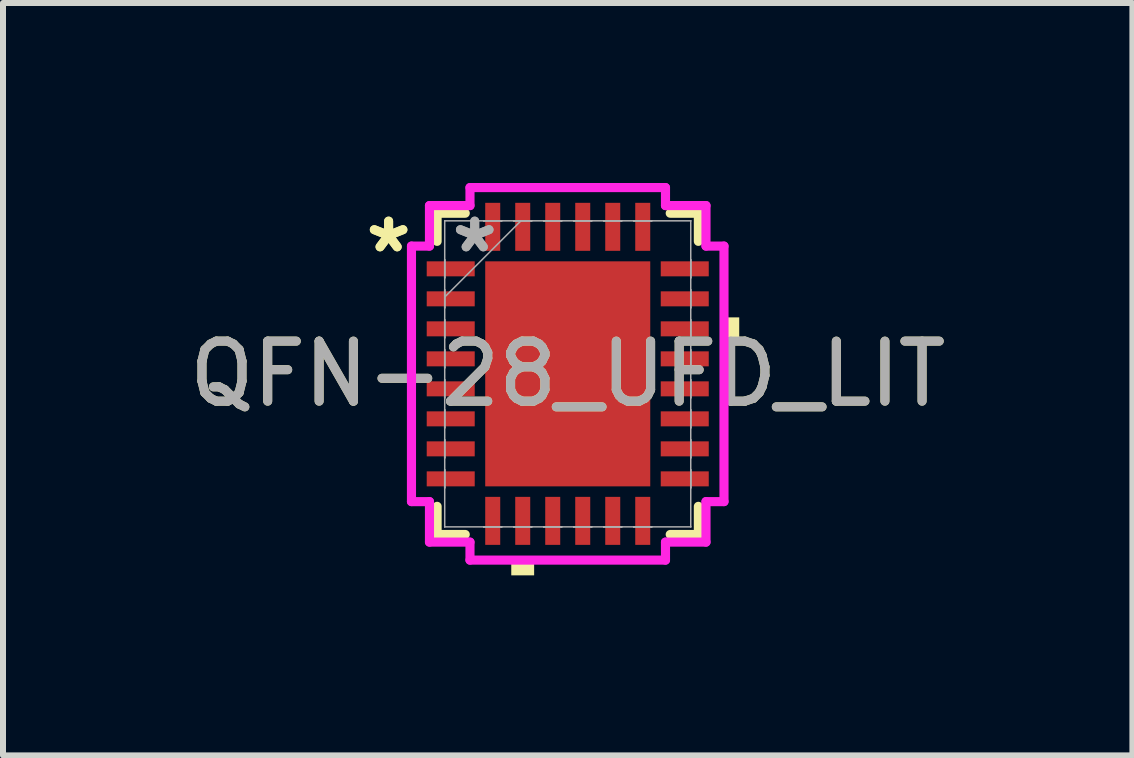
<source format=kicad_pcb>
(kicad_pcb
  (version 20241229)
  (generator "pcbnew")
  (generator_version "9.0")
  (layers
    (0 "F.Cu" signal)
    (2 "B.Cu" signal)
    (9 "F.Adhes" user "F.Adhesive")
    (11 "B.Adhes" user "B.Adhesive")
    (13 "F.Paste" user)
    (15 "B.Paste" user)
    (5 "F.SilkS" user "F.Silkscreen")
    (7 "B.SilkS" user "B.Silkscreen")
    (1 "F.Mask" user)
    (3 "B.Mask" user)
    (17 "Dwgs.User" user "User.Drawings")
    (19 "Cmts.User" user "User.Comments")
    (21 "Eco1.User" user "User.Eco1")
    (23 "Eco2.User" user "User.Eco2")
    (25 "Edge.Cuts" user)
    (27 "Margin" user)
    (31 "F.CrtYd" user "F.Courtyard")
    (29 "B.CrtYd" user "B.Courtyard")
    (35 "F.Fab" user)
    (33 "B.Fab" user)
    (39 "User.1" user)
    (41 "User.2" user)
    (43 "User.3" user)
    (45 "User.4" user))
  (footprint "QFN-28_UFD_LIT"
    (layer "F.Cu")
    (at 6.411 3.18)
    (property "Reference" "QFN-28_UFD_LIT" (at 0 0 0) (unlocked yes) (layer "F.SilkS") (effects (font (size 1 1) (thickness 0.15))))
    (attr smd)
    (fp_line (start -2.177 -2.677) (end -2.177 -2.208) (stroke (width 0.152) (type solid)) (layer "F.SilkS"))
    (fp_line (start -2.177 2.208) (end -2.177 2.677) (stroke (width 0.152) (type solid)) (layer "F.SilkS"))
    (fp_line (start -2.177 2.677) (end -1.708 2.677) (stroke (width 0.152) (type solid)) (layer "F.SilkS"))
    (fp_line (start -1.708 -2.677) (end -2.177 -2.677) (stroke (width 0.152) (type solid)) (layer "F.SilkS"))
    (fp_line (start 1.708 2.677) (end 2.177 2.677) (stroke (width 0.152) (type solid)) (layer "F.SilkS"))
    (fp_line (start 2.177 -2.677) (end 1.708 -2.677) (stroke (width 0.152) (type solid)) (layer "F.SilkS"))
    (fp_line (start 2.177 -2.208) (end 2.177 -2.677) (stroke (width 0.152) (type solid)) (layer "F.SilkS"))
    (fp_line (start 2.177 2.677) (end 2.177 2.208) (stroke (width 0.152) (type solid)) (layer "F.SilkS"))
    (fp_poly (pts (xy -0.941 3.104) (xy -0.941 3.358) (xy -0.56 3.358) (xy -0.56 3.104)) (stroke (width 0) (type solid)) (fill yes) (layer "F.SilkS"))
    (fp_poly (pts (xy 2.858 -0.941) (xy 2.858 -0.56) (xy 2.604 -0.56) (xy 2.604 -0.941)) (stroke (width 0) (type solid)) (fill yes) (layer "F.SilkS"))
    (fp_poly (pts (xy -1.275 -1.775) (xy -1.275 -0.1) (xy -0.1 -0.1) (xy -0.1 -1.775)) (stroke (width 0) (type solid)) (fill yes) (layer "F.Paste"))
    (fp_poly (pts (xy -1.275 0.1) (xy -1.275 1.775) (xy -0.1 1.775) (xy -0.1 0.1)) (stroke (width 0) (type solid)) (fill yes) (layer "F.Paste"))
    (fp_poly (pts (xy 0.1 -1.775) (xy 0.1 -0.1) (xy 1.275 -0.1) (xy 1.275 -1.775)) (stroke (width 0) (type solid)) (fill yes) (layer "F.Paste"))
    (fp_poly (pts (xy 0.1 0.1) (xy 0.1 1.775) (xy 1.275 1.775) (xy 1.275 0.1)) (stroke (width 0) (type solid)) (fill yes) (layer "F.Paste"))
    (fp_line (start -2.604 -2.129) (end -2.304 -2.129) (stroke (width 0.152) (type solid)) (layer "F.CrtYd"))
    (fp_line (start -2.604 2.129) (end -2.604 -2.129) (stroke (width 0.152) (type solid)) (layer "F.CrtYd"))
    (fp_line (start -2.304 -2.804) (end -1.629 -2.804) (stroke (width 0.152) (type solid)) (layer "F.CrtYd"))
    (fp_line (start -2.304 -2.129) (end -2.304 -2.804) (stroke (width 0.152) (type solid)) (layer "F.CrtYd"))
    (fp_line (start -2.304 2.129) (end -2.604 2.129) (stroke (width 0.152) (type solid)) (layer "F.CrtYd"))
    (fp_line (start -2.304 2.804) (end -2.304 2.129) (stroke (width 0.152) (type solid)) (layer "F.CrtYd"))
    (fp_line (start -1.629 -3.104) (end 1.629 -3.104) (stroke (width 0.152) (type solid)) (layer "F.CrtYd"))
    (fp_line (start -1.629 -2.804) (end -1.629 -3.104) (stroke (width 0.152) (type solid)) (layer "F.CrtYd"))
    (fp_line (start -1.629 2.804) (end -2.304 2.804) (stroke (width 0.152) (type solid)) (layer "F.CrtYd"))
    (fp_line (start -1.629 3.104) (end -1.629 2.804) (stroke (width 0.152) (type solid)) (layer "F.CrtYd"))
    (fp_line (start 1.629 -3.104) (end 1.629 -2.804) (stroke (width 0.152) (type solid)) (layer "F.CrtYd"))
    (fp_line (start 1.629 -2.804) (end 2.304 -2.804) (stroke (width 0.152) (type solid)) (layer "F.CrtYd"))
    (fp_line (start 1.629 2.804) (end 1.629 3.104) (stroke (width 0.152) (type solid)) (layer "F.CrtYd"))
    (fp_line (start 1.629 3.104) (end -1.629 3.104) (stroke (width 0.152) (type solid)) (layer "F.CrtYd"))
    (fp_line (start 2.304 -2.804) (end 2.304 -2.129) (stroke (width 0.152) (type solid)) (layer "F.CrtYd"))
    (fp_line (start 2.304 -2.129) (end 2.604 -2.129) (stroke (width 0.152) (type solid)) (layer "F.CrtYd"))
    (fp_line (start 2.304 2.129) (end 2.304 2.804) (stroke (width 0.152) (type solid)) (layer "F.CrtYd"))
    (fp_line (start 2.304 2.804) (end 1.629 2.804) (stroke (width 0.152) (type solid)) (layer "F.CrtYd"))
    (fp_line (start 2.604 -2.129) (end 2.604 2.129) (stroke (width 0.152) (type solid)) (layer "F.CrtYd"))
    (fp_line (start 2.604 2.129) (end 2.304 2.129) (stroke (width 0.152) (type solid)) (layer "F.CrtYd"))
    (fp_line (start -2.05 -2.55) (end -2.05 -2.55) (stroke (width 0.025) (type solid)) (layer "F.Fab"))
    (fp_line (start -2.05 -2.55) (end -2.05 2.55) (stroke (width 0.025) (type solid)) (layer "F.Fab"))
    (fp_line (start -2.05 -1.9) (end -2.05 -1.9) (stroke (width 0.025) (type solid)) (layer "F.Fab"))
    (fp_line (start -2.05 -1.9) (end -2.05 -1.6) (stroke (width 0.025) (type solid)) (layer "F.Fab"))
    (fp_line (start -2.05 -1.6) (end -2.05 -1.9) (stroke (width 0.025) (type solid)) (layer "F.Fab"))
    (fp_line (start -2.05 -1.6) (end -2.05 -1.6) (stroke (width 0.025) (type solid)) (layer "F.Fab"))
    (fp_line (start -2.05 -1.4) (end -2.05 -1.4) (stroke (width 0.025) (type solid)) (layer "F.Fab"))
    (fp_line (start -2.05 -1.4) (end -2.05 -1.1) (stroke (width 0.025) (type solid)) (layer "F.Fab"))
    (fp_line (start -2.05 -1.28) (end -0.78 -2.55) (stroke (width 0.025) (type solid)) (layer "F.Fab"))
    (fp_line (start -2.05 -1.1) (end -2.05 -1.4) (stroke (width 0.025) (type solid)) (layer "F.Fab"))
    (fp_line (start -2.05 -1.1) (end -2.05 -1.1) (stroke (width 0.025) (type solid)) (layer "F.Fab"))
    (fp_line (start -2.05 -0.9) (end -2.05 -0.9) (stroke (width 0.025) (type solid)) (layer "F.Fab"))
    (fp_line (start -2.05 -0.9) (end -2.05 -0.6) (stroke (width 0.025) (type solid)) (layer "F.Fab"))
    (fp_line (start -2.05 -0.6) (end -2.05 -0.9) (stroke (width 0.025) (type solid)) (layer "F.Fab"))
    (fp_line (start -2.05 -0.6) (end -2.05 -0.6) (stroke (width 0.025) (type solid)) (layer "F.Fab"))
    (fp_line (start -2.05 -0.4) (end -2.05 -0.4) (stroke (width 0.025) (type solid)) (layer "F.Fab"))
    (fp_line (start -2.05 -0.4) (end -2.05 -0.1) (stroke (width 0.025) (type solid)) (layer "F.Fab"))
    (fp_line (start -2.05 -0.1) (end -2.05 -0.4) (stroke (width 0.025) (type solid)) (layer "F.Fab"))
    (fp_line (start -2.05 -0.1) (end -2.05 -0.1) (stroke (width 0.025) (type solid)) (layer "F.Fab"))
    (fp_line (start -2.05 0.1) (end -2.05 0.1) (stroke (width 0.025) (type solid)) (layer "F.Fab"))
    (fp_line (start -2.05 0.1) (end -2.05 0.4) (stroke (width 0.025) (type solid)) (layer "F.Fab"))
    (fp_line (start -2.05 0.4) (end -2.05 0.1) (stroke (width 0.025) (type solid)) (layer "F.Fab"))
    (fp_line (start -2.05 0.4) (end -2.05 0.4) (stroke (width 0.025) (type solid)) (layer "F.Fab"))
    (fp_line (start -2.05 0.6) (end -2.05 0.6) (stroke (width 0.025) (type solid)) (layer "F.Fab"))
    (fp_line (start -2.05 0.6) (end -2.05 0.9) (stroke (width 0.025) (type solid)) (layer "F.Fab"))
    (fp_line (start -2.05 0.9) (end -2.05 0.6) (stroke (width 0.025) (type solid)) (layer "F.Fab"))
    (fp_line (start -2.05 0.9) (end -2.05 0.9) (stroke (width 0.025) (type solid)) (layer "F.Fab"))
    (fp_line (start -2.05 1.1) (end -2.05 1.1) (stroke (width 0.025) (type solid)) (layer "F.Fab"))
    (fp_line (start -2.05 1.1) (end -2.05 1.4) (stroke (width 0.025) (type solid)) (layer "F.Fab"))
    (fp_line (start -2.05 1.4) (end -2.05 1.1) (stroke (width 0.025) (type solid)) (layer "F.Fab"))
    (fp_line (start -2.05 1.4) (end -2.05 1.4) (stroke (width 0.025) (type solid)) (layer "F.Fab"))
    (fp_line (start -2.05 1.6) (end -2.05 1.6) (stroke (width 0.025) (type solid)) (layer "F.Fab"))
    (fp_line (start -2.05 1.6) (end -2.05 1.9) (stroke (width 0.025) (type solid)) (layer "F.Fab"))
    (fp_line (start -2.05 1.9) (end -2.05 1.6) (stroke (width 0.025) (type solid)) (layer "F.Fab"))
    (fp_line (start -2.05 1.9) (end -2.05 1.9) (stroke (width 0.025) (type solid)) (layer "F.Fab"))
    (fp_line (start -2.05 2.55) (end -2.05 2.55) (stroke (width 0.025) (type solid)) (layer "F.Fab"))
    (fp_line (start -2.05 2.55) (end 2.05 2.55) (stroke (width 0.025) (type solid)) (layer "F.Fab"))
    (fp_line (start -1.4 -2.55) (end -1.4 -2.55) (stroke (width 0.025) (type solid)) (layer "F.Fab"))
    (fp_line (start -1.4 -2.55) (end -1.1 -2.55) (stroke (width 0.025) (type solid)) (layer "F.Fab"))
    (fp_line (start -1.4 2.55) (end -1.4 2.55) (stroke (width 0.025) (type solid)) (layer "F.Fab"))
    (fp_line (start -1.4 2.55) (end -1.1 2.55) (stroke (width 0.025) (type solid)) (layer "F.Fab"))
    (fp_line (start -1.1 -2.55) (end -1.4 -2.55) (stroke (width 0.025) (type solid)) (layer "F.Fab"))
    (fp_line (start -1.1 -2.55) (end -1.1 -2.55) (stroke (width 0.025) (type solid)) (layer "F.Fab"))
    (fp_line (start -1.1 2.55) (end -1.4 2.55) (stroke (width 0.025) (type solid)) (layer "F.Fab"))
    (fp_line (start -1.1 2.55) (end -1.1 2.55) (stroke (width 0.025) (type solid)) (layer "F.Fab"))
    (fp_line (start -0.9 -2.55) (end -0.9 -2.55) (stroke (width 0.025) (type solid)) (layer "F.Fab"))
    (fp_line (start -0.9 -2.55) (end -0.6 -2.55) (stroke (width 0.025) (type solid)) (layer "F.Fab"))
    (fp_line (start -0.9 2.55) (end -0.9 2.55) (stroke (width 0.025) (type solid)) (layer "F.Fab"))
    (fp_line (start -0.9 2.55) (end -0.6 2.55) (stroke (width 0.025) (type solid)) (layer "F.Fab"))
    (fp_line (start -0.6 -2.55) (end -0.9 -2.55) (stroke (width 0.025) (type solid)) (layer "F.Fab"))
    (fp_line (start -0.6 -2.55) (end -0.6 -2.55) (stroke (width 0.025) (type solid)) (layer "F.Fab"))
    (fp_line (start -0.6 2.55) (end -0.9 2.55) (stroke (width 0.025) (type solid)) (layer "F.Fab"))
    (fp_line (start -0.6 2.55) (end -0.6 2.55) (stroke (width 0.025) (type solid)) (layer "F.Fab"))
    (fp_line (start -0.4 -2.55) (end -0.4 -2.55) (stroke (width 0.025) (type solid)) (layer "F.Fab"))
    (fp_line (start -0.4 -2.55) (end -0.1 -2.55) (stroke (width 0.025) (type solid)) (layer "F.Fab"))
    (fp_line (start -0.4 2.55) (end -0.4 2.55) (stroke (width 0.025) (type solid)) (layer "F.Fab"))
    (fp_line (start -0.4 2.55) (end -0.1 2.55) (stroke (width 0.025) (type solid)) (layer "F.Fab"))
    (fp_line (start -0.1 -2.55) (end -0.4 -2.55) (stroke (width 0.025) (type solid)) (layer "F.Fab"))
    (fp_line (start -0.1 -2.55) (end -0.1 -2.55) (stroke (width 0.025) (type solid)) (layer "F.Fab"))
    (fp_line (start -0.1 2.55) (end -0.4 2.55) (stroke (width 0.025) (type solid)) (layer "F.Fab"))
    (fp_line (start -0.1 2.55) (end -0.1 2.55) (stroke (width 0.025) (type solid)) (layer "F.Fab"))
    (fp_line (start 0.1 -2.55) (end 0.1 -2.55) (stroke (width 0.025) (type solid)) (layer "F.Fab"))
    (fp_line (start 0.1 -2.55) (end 0.4 -2.55) (stroke (width 0.025) (type solid)) (layer "F.Fab"))
    (fp_line (start 0.1 2.55) (end 0.1 2.55) (stroke (width 0.025) (type solid)) (layer "F.Fab"))
    (fp_line (start 0.1 2.55) (end 0.4 2.55) (stroke (width 0.025) (type solid)) (layer "F.Fab"))
    (fp_line (start 0.4 -2.55) (end 0.1 -2.55) (stroke (width 0.025) (type solid)) (layer "F.Fab"))
    (fp_line (start 0.4 -2.55) (end 0.4 -2.55) (stroke (width 0.025) (type solid)) (layer "F.Fab"))
    (fp_line (start 0.4 2.55) (end 0.1 2.55) (stroke (width 0.025) (type solid)) (layer "F.Fab"))
    (fp_line (start 0.4 2.55) (end 0.4 2.55) (stroke (width 0.025) (type solid)) (layer "F.Fab"))
    (fp_line (start 0.6 -2.55) (end 0.6 -2.55) (stroke (width 0.025) (type solid)) (layer "F.Fab"))
    (fp_line (start 0.6 -2.55) (end 0.9 -2.55) (stroke (width 0.025) (type solid)) (layer "F.Fab"))
    (fp_line (start 0.6 2.55) (end 0.6 2.55) (stroke (width 0.025) (type solid)) (layer "F.Fab"))
    (fp_line (start 0.6 2.55) (end 0.9 2.55) (stroke (width 0.025) (type solid)) (layer "F.Fab"))
    (fp_line (start 0.9 -2.55) (end 0.6 -2.55) (stroke (width 0.025) (type solid)) (layer "F.Fab"))
    (fp_line (start 0.9 -2.55) (end 0.9 -2.55) (stroke (width 0.025) (type solid)) (layer "F.Fab"))
    (fp_line (start 0.9 2.55) (end 0.6 2.55) (stroke (width 0.025) (type solid)) (layer "F.Fab"))
    (fp_line (start 0.9 2.55) (end 0.9 2.55) (stroke (width 0.025) (type solid)) (layer "F.Fab"))
    (fp_line (start 1.1 -2.55) (end 1.1 -2.55) (stroke (width 0.025) (type solid)) (layer "F.Fab"))
    (fp_line (start 1.1 -2.55) (end 1.4 -2.55) (stroke (width 0.025) (type solid)) (layer "F.Fab"))
    (fp_line (start 1.1 2.55) (end 1.1 2.55) (stroke (width 0.025) (type solid)) (layer "F.Fab"))
    (fp_line (start 1.1 2.55) (end 1.4 2.55) (stroke (width 0.025) (type solid)) (layer "F.Fab"))
    (fp_line (start 1.4 -2.55) (end 1.1 -2.55) (stroke (width 0.025) (type solid)) (layer "F.Fab"))
    (fp_line (start 1.4 -2.55) (end 1.4 -2.55) (stroke (width 0.025) (type solid)) (layer "F.Fab"))
    (fp_line (start 1.4 2.55) (end 1.1 2.55) (stroke (width 0.025) (type solid)) (layer "F.Fab"))
    (fp_line (start 1.4 2.55) (end 1.4 2.55) (stroke (width 0.025) (type solid)) (layer "F.Fab"))
    (fp_line (start 2.05 -2.55) (end -2.05 -2.55) (stroke (width 0.025) (type solid)) (layer "F.Fab"))
    (fp_line (start 2.05 -2.55) (end 2.05 -2.55) (stroke (width 0.025) (type solid)) (layer "F.Fab"))
    (fp_line (start 2.05 -1.9) (end 2.05 -1.9) (stroke (width 0.025) (type solid)) (layer "F.Fab"))
    (fp_line (start 2.05 -1.9) (end 2.05 -1.6) (stroke (width 0.025) (type solid)) (layer "F.Fab"))
    (fp_line (start 2.05 -1.6) (end 2.05 -1.9) (stroke (width 0.025) (type solid)) (layer "F.Fab"))
    (fp_line (start 2.05 -1.6) (end 2.05 -1.6) (stroke (width 0.025) (type solid)) (layer "F.Fab"))
    (fp_line (start 2.05 -1.4) (end 2.05 -1.4) (stroke (width 0.025) (type solid)) (layer "F.Fab"))
    (fp_line (start 2.05 -1.4) (end 2.05 -1.1) (stroke (width 0.025) (type solid)) (layer "F.Fab"))
    (fp_line (start 2.05 -1.1) (end 2.05 -1.4) (stroke (width 0.025) (type solid)) (layer "F.Fab"))
    (fp_line (start 2.05 -1.1) (end 2.05 -1.1) (stroke (width 0.025) (type solid)) (layer "F.Fab"))
    (fp_line (start 2.05 -0.9) (end 2.05 -0.9) (stroke (width 0.025) (type solid)) (layer "F.Fab"))
    (fp_line (start 2.05 -0.9) (end 2.05 -0.6) (stroke (width 0.025) (type solid)) (layer "F.Fab"))
    (fp_line (start 2.05 -0.6) (end 2.05 -0.9) (stroke (width 0.025) (type solid)) (layer "F.Fab"))
    (fp_line (start 2.05 -0.6) (end 2.05 -0.6) (stroke (width 0.025) (type solid)) (layer "F.Fab"))
    (fp_line (start 2.05 -0.4) (end 2.05 -0.4) (stroke (width 0.025) (type solid)) (layer "F.Fab"))
    (fp_line (start 2.05 -0.4) (end 2.05 -0.1) (stroke (width 0.025) (type solid)) (layer "F.Fab"))
    (fp_line (start 2.05 -0.1) (end 2.05 -0.4) (stroke (width 0.025) (type solid)) (layer "F.Fab"))
    (fp_line (start 2.05 -0.1) (end 2.05 -0.1) (stroke (width 0.025) (type solid)) (layer "F.Fab"))
    (fp_line (start 2.05 0.1) (end 2.05 0.1) (stroke (width 0.025) (type solid)) (layer "F.Fab"))
    (fp_line (start 2.05 0.1) (end 2.05 0.4) (stroke (width 0.025) (type solid)) (layer "F.Fab"))
    (fp_line (start 2.05 0.4) (end 2.05 0.1) (stroke (width 0.025) (type solid)) (layer "F.Fab"))
    (fp_line (start 2.05 0.4) (end 2.05 0.4) (stroke (width 0.025) (type solid)) (layer "F.Fab"))
    (fp_line (start 2.05 0.6) (end 2.05 0.6) (stroke (width 0.025) (type solid)) (layer "F.Fab"))
    (fp_line (start 2.05 0.6) (end 2.05 0.9) (stroke (width 0.025) (type solid)) (layer "F.Fab"))
    (fp_line (start 2.05 0.9) (end 2.05 0.6) (stroke (width 0.025) (type solid)) (layer "F.Fab"))
    (fp_line (start 2.05 0.9) (end 2.05 0.9) (stroke (width 0.025) (type solid)) (layer "F.Fab"))
    (fp_line (start 2.05 1.1) (end 2.05 1.1) (stroke (width 0.025) (type solid)) (layer "F.Fab"))
    (fp_line (start 2.05 1.1) (end 2.05 1.4) (stroke (width 0.025) (type solid)) (layer "F.Fab"))
    (fp_line (start 2.05 1.4) (end 2.05 1.1) (stroke (width 0.025) (type solid)) (layer "F.Fab"))
    (fp_line (start 2.05 1.4) (end 2.05 1.4) (stroke (width 0.025) (type solid)) (layer "F.Fab"))
    (fp_line (start 2.05 1.6) (end 2.05 1.6) (stroke (width 0.025) (type solid)) (layer "F.Fab"))
    (fp_line (start 2.05 1.6) (end 2.05 1.9) (stroke (width 0.025) (type solid)) (layer "F.Fab"))
    (fp_line (start 2.05 1.9) (end 2.05 1.6) (stroke (width 0.025) (type solid)) (layer "F.Fab"))
    (fp_line (start 2.05 1.9) (end 2.05 1.9) (stroke (width 0.025) (type solid)) (layer "F.Fab"))
    (fp_line (start 2.05 2.55) (end 2.05 -2.55) (stroke (width 0.025) (type solid)) (layer "F.Fab"))
    (fp_line (start 2.05 2.55) (end 2.05 2.55) (stroke (width 0.025) (type solid)) (layer "F.Fab"))
    (fp_text user "*" (at -2.985 -2 0) (layer "F.SilkS") (effects (font (size 1 1) (thickness 0.15))))
    (fp_text user "*" (at -2.985 -2 0) (unlocked yes) (layer "F.SilkS") (effects (font (size 1 1) (thickness 0.15))))
    (fp_text user "*" (at -1.55 -2 0) (unlocked yes) (layer "F.Fab") (effects (font (size 1 1) (thickness 0.15))))
    (fp_text user "${REFERENCE}" (at 0 0 0) (unlocked yes) (layer "F.Fab") (effects (font (size 1 1) (thickness 0.15))))
    (fp_text user "*" (at -1.55 -2 0) (layer "F.Fab") (effects (font (size 1 1) (thickness 0.15))))
    (pad "1" smd rect (at -1.95 -1.75 90) (size 0.25 0.8) (layers "F.Cu" "F.Mask" "F.Paste"))
    (pad "2" smd rect (at -1.95 -1.25 90) (size 0.25 0.8) (layers "F.Cu" "F.Mask" "F.Paste"))
    (pad "3" smd rect (at -1.95 -0.75 90) (size 0.25 0.8) (layers "F.Cu" "F.Mask" "F.Paste"))
    (pad "4" smd rect (at -1.95 -0.25 90) (size 0.25 0.8) (layers "F.Cu" "F.Mask" "F.Paste"))
    (pad "5" smd rect (at -1.95 0.25 90) (size 0.25 0.8) (layers "F.Cu" "F.Mask" "F.Paste"))
    (pad "6" smd rect (at -1.95 0.75 90) (size 0.25 0.8) (layers "F.Cu" "F.Mask" "F.Paste"))
    (pad "7" smd rect (at -1.95 1.25 90) (size 0.25 0.8) (layers "F.Cu" "F.Mask" "F.Paste"))
    (pad "8" smd rect (at -1.95 1.75 90) (size 0.25 0.8) (layers "F.Cu" "F.Mask" "F.Paste"))
    (pad "9" smd rect (at -1.25 2.45) (size 0.25 0.8) (layers "F.Cu" "F.Mask" "F.Paste"))
    (pad "10" smd rect (at -0.75 2.45) (size 0.25 0.8) (layers "F.Cu" "F.Mask" "F.Paste"))
    (pad "11" smd rect (at -0.25 2.45) (size 0.25 0.8) (layers "F.Cu" "F.Mask" "F.Paste"))
    (pad "12" smd rect (at 0.25 2.45) (size 0.25 0.8) (layers "F.Cu" "F.Mask" "F.Paste"))
    (pad "13" smd rect (at 0.75 2.45) (size 0.25 0.8) (layers "F.Cu" "F.Mask" "F.Paste"))
    (pad "14" smd rect (at 1.25 2.45) (size 0.25 0.8) (layers "F.Cu" "F.Mask" "F.Paste"))
    (pad "15" smd rect (at 1.95 1.75 90) (size 0.25 0.8) (layers "F.Cu" "F.Mask" "F.Paste"))
    (pad "16" smd rect (at 1.95 1.25 90) (size 0.25 0.8) (layers "F.Cu" "F.Mask" "F.Paste"))
    (pad "17" smd rect (at 1.95 0.75 90) (size 0.25 0.8) (layers "F.Cu" "F.Mask" "F.Paste"))
    (pad "18" smd rect (at 1.95 0.25 90) (size 0.25 0.8) (layers "F.Cu" "F.Mask" "F.Paste"))
    (pad "19" smd rect (at 1.95 -0.25 90) (size 0.25 0.8) (layers "F.Cu" "F.Mask" "F.Paste"))
    (pad "20" smd rect (at 1.95 -0.75 90) (size 0.25 0.8) (layers "F.Cu" "F.Mask" "F.Paste"))
    (pad "21" smd rect (at 1.95 -1.25 90) (size 0.25 0.8) (layers "F.Cu" "F.Mask" "F.Paste"))
    (pad "22" smd rect (at 1.95 -1.75 90) (size 0.25 0.8) (layers "F.Cu" "F.Mask" "F.Paste"))
    (pad "23" smd rect (at 1.25 -2.45) (size 0.25 0.8) (layers "F.Cu" "F.Mask" "F.Paste"))
    (pad "24" smd rect (at 0.75 -2.45) (size 0.25 0.8) (layers "F.Cu" "F.Mask" "F.Paste"))
    (pad "25" smd rect (at 0.25 -2.45) (size 0.25 0.8) (layers "F.Cu" "F.Mask" "F.Paste"))
    (pad "26" smd rect (at -0.25 -2.45) (size 0.25 0.8) (layers "F.Cu" "F.Mask" "F.Paste"))
    (pad "27" smd rect (at -0.75 -2.45) (size 0.25 0.8) (layers "F.Cu" "F.Mask" "F.Paste"))
    (pad "28" smd rect (at -1.25 -2.45) (size 0.25 0.8) (layers "F.Cu" "F.Mask" "F.Paste"))
    (pad "29" smd rect (at 0 0) (size 2.75 3.75) (layers "F.Cu" "F.Mask" "F.Paste")))
  (gr_rect
    (start -3 -3)
    (end 15.821 9.538)
    (stroke (width 0.1) (type default))
    (fill no)
    (layer "Edge.Cuts")))
</source>
